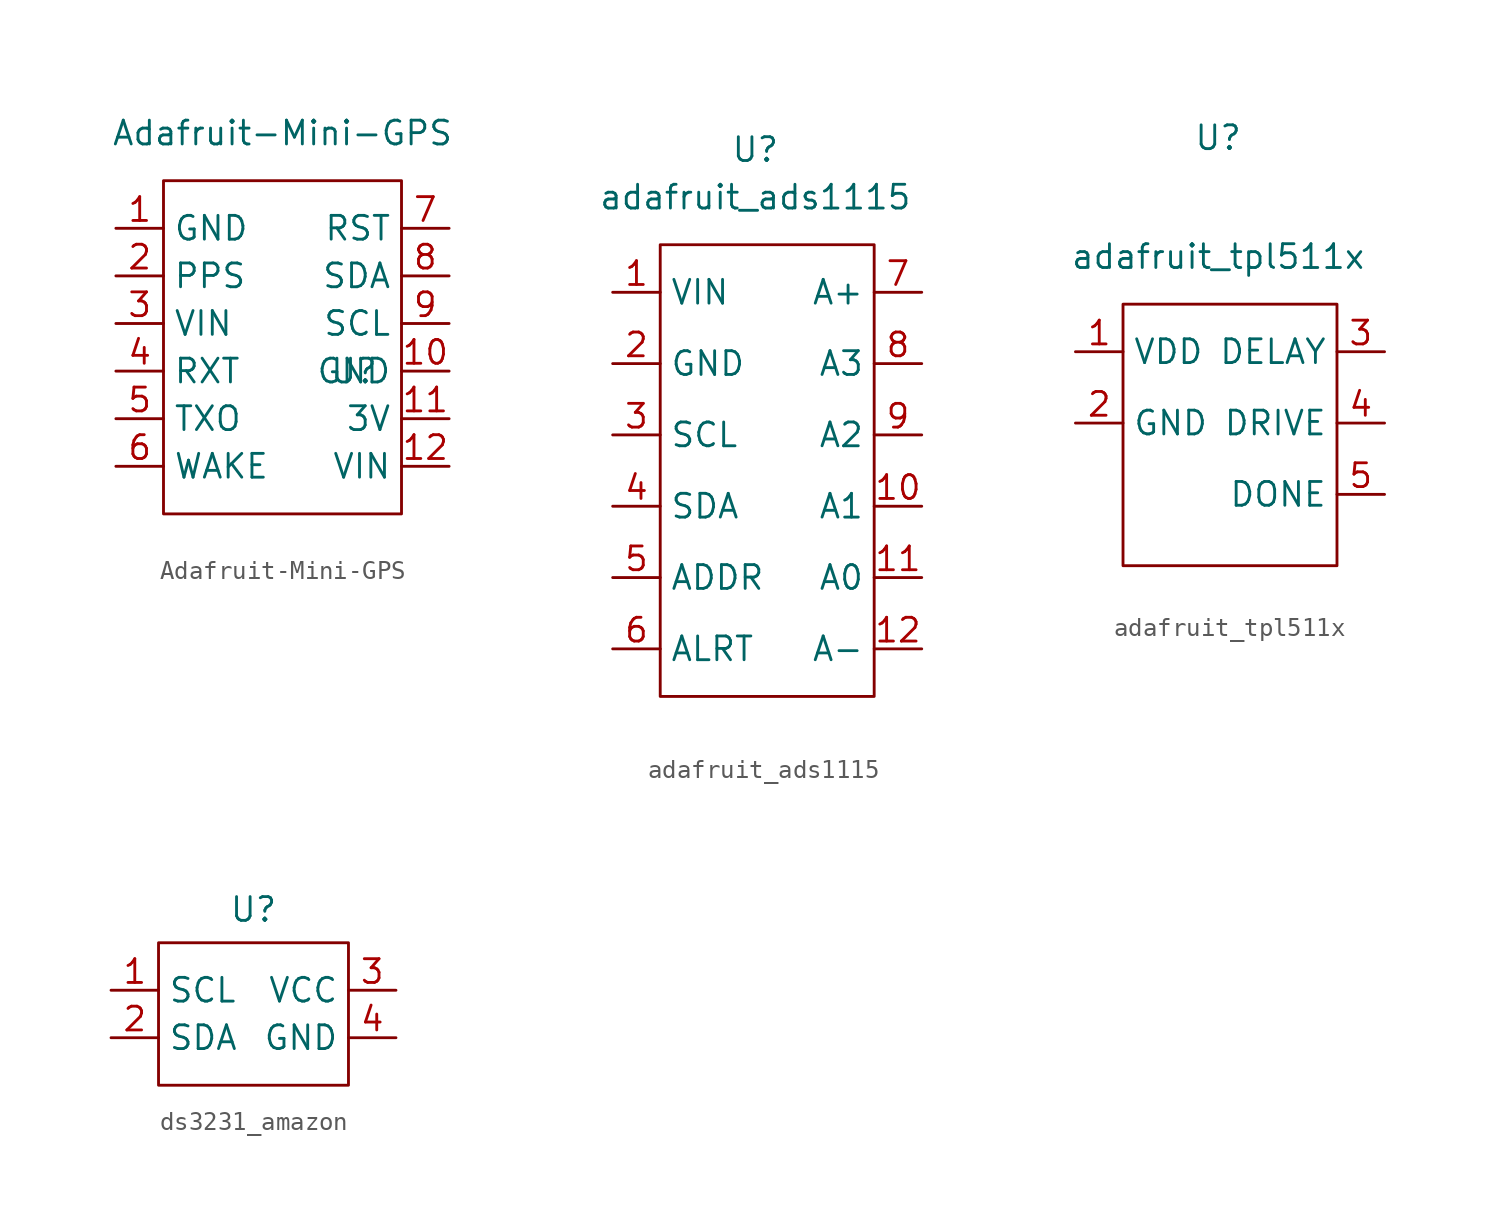
<source format=kicad_sym>
(kicad_symbol_lib
  (version 20231120)
  (generator "kicad_symbol_editor")
  (generator_version "8.0")
  (symbol "Adafruit-Mini-GPS"
    (property "Reference" "U"
      (at 0 0 0)
      (effects (font (size 1.27 1.27))))
    (property "Value" "Adafruit-Mini-GPS"
      (at -3.81 12.7 0)
      (effects (font (size 1.27 1.27))))
    (symbol "Adafruit-Mini-GPS_0_1"
      (rectangle (start -10.16 10.16) (end 2.54 -7.62) (stroke (width 0) (type default)) (fill (type none))))
    (symbol "Adafruit-Mini-GPS_1_1"
      (pin input line (at -12.7 7.62 0) (length 2.54) (name "GND" (effects (font (size 1.27 1.27)))) (number "1" (effects (font (size 1.27 1.27)))))
      (pin input line (at 5.08 0 180) (length 2.54) (name "GND" (effects (font (size 1.27 1.27)))) (number "10" (effects (font (size 1.27 1.27)))))
      (pin input line (at 5.08 -2.54 180) (length 2.54) (name "3V" (effects (font (size 1.27 1.27)))) (number "11" (effects (font (size 1.27 1.27)))))
      (pin input line (at 5.08 -5.08 180) (length 2.54) (name "VIN" (effects (font (size 1.27 1.27)))) (number "12" (effects (font (size 1.27 1.27)))))
      (pin input line (at -12.7 5.08 0) (length 2.54) (name "PPS" (effects (font (size 1.27 1.27)))) (number "2" (effects (font (size 1.27 1.27)))))
      (pin input line (at -12.7 2.54 0) (length 2.54) (name "VIN" (effects (font (size 1.27 1.27)))) (number "3" (effects (font (size 1.27 1.27)))))
      (pin input line (at -12.7 0 0) (length 2.54) (name "RXT" (effects (font (size 1.27 1.27)))) (number "4" (effects (font (size 1.27 1.27)))))
      (pin input line (at -12.7 -2.54 0) (length 2.54) (name "TXO" (effects (font (size 1.27 1.27)))) (number "5" (effects (font (size 1.27 1.27)))))
      (pin input line (at -12.7 -5.08 0) (length 2.54) (name "WAKE" (effects (font (size 1.27 1.27)))) (number "6" (effects (font (size 1.27 1.27)))))
      (pin input line (at 5.08 7.62 180) (length 2.54) (name "RST" (effects (font (size 1.27 1.27)))) (number "7" (effects (font (size 1.27 1.27)))))
      (pin input line (at 5.08 5.08 180) (length 2.54) (name "SDA" (effects (font (size 1.27 1.27)))) (number "8" (effects (font (size 1.27 1.27)))))
      (pin input line (at 5.08 2.54 180) (length 2.54) (name "SCL" (effects (font (size 1.27 1.27)))) (number "9" (effects (font (size 1.27 1.27)))))))
  (symbol "adafruit_ads1115"
    (property "Reference" "U"
      (at -1.27 13.97 0)
      (effects (font (size 1.27 1.27))))
    (property "Value" "adafruit_ads1115"
      (at -1.27 11.43 0)
      (effects (font (size 1.27 1.27))))
    (symbol "adafruit_ads1115_0_1"
      (rectangle (start -6.35 8.89) (end 5.08 -15.24) (stroke (width 0) (type default)) (fill (type none))))
    (symbol "adafruit_ads1115_1_1"
      (pin input line (at -8.89 6.35 0) (length 2.54) (name "VIN" (effects (font (size 1.27 1.27)))) (number "1" (effects (font (size 1.27 1.27)))))
      (pin input line (at 7.62 -5.08 180) (length 2.54) (name "A1" (effects (font (size 1.27 1.27)))) (number "10" (effects (font (size 1.27 1.27)))))
      (pin input line (at 7.62 -8.89 180) (length 2.54) (name "A0" (effects (font (size 1.27 1.27)))) (number "11" (effects (font (size 1.27 1.27)))))
      (pin input line (at 7.62 -12.7 180) (length 2.54) (name "A-" (effects (font (size 1.27 1.27)))) (number "12" (effects (font (size 1.27 1.27)))))
      (pin input line (at -8.89 2.54 0) (length 2.54) (name "GND" (effects (font (size 1.27 1.27)))) (number "2" (effects (font (size 1.27 1.27)))))
      (pin input line (at -8.89 -1.27 0) (length 2.54) (name "SCL" (effects (font (size 1.27 1.27)))) (number "3" (effects (font (size 1.27 1.27)))))
      (pin input line (at -8.89 -5.08 0) (length 2.54) (name "SDA" (effects (font (size 1.27 1.27)))) (number "4" (effects (font (size 1.27 1.27)))))
      (pin input line (at -8.89 -8.89 0) (length 2.54) (name "ADDR" (effects (font (size 1.27 1.27)))) (number "5" (effects (font (size 1.27 1.27)))))
      (pin input line (at -8.89 -12.7 0) (length 2.54) (name "ALRT" (effects (font (size 1.27 1.27)))) (number "6" (effects (font (size 1.27 1.27)))))
      (pin input line (at 7.62 6.35 180) (length 2.54) (name "A+" (effects (font (size 1.27 1.27)))) (number "7" (effects (font (size 1.27 1.27)))))
      (pin input line (at 7.62 2.54 180) (length 2.54) (name "A3" (effects (font (size 1.27 1.27)))) (number "8" (effects (font (size 1.27 1.27)))))
      (pin input line (at 7.62 -1.27 180) (length 2.54) (name "A2" (effects (font (size 1.27 1.27)))) (number "9" (effects (font (size 1.27 1.27)))))))
  (symbol "adafruit_tpl511x"
    (property "Reference" "U"
      (at 0 10.16 0)
      (effects (font (size 1.27 1.27))))
    (property "Value" "adafruit_tpl511x"
      (at 0 3.81 0)
      (effects (font (size 1.27 1.27))))
    (symbol "adafruit_tpl511x_0_1"
      (rectangle (start -5.08 1.27) (end 6.35 -12.7) (stroke (width 0) (type default)) (fill (type none))))
    (symbol "adafruit_tpl511x_1_1"
      (pin input line (at -7.62 -1.27 0) (length 2.54) (name "VDD" (effects (font (size 1.27 1.27)))) (number "1" (effects (font (size 1.27 1.27)))))
      (pin input line (at -7.62 -5.08 0) (length 2.54) (name "GND" (effects (font (size 1.27 1.27)))) (number "2" (effects (font (size 1.27 1.27)))))
      (pin input line (at 8.89 -1.27 180) (length 2.54) (name "DELAY" (effects (font (size 1.27 1.27)))) (number "3" (effects (font (size 1.27 1.27)))))
      (pin input line (at 8.89 -5.08 180) (length 2.54) (name "DRIVE" (effects (font (size 1.27 1.27)))) (number "4" (effects (font (size 1.27 1.27)))))
      (pin input line (at 8.89 -8.89 180) (length 2.54) (name "DONE" (effects (font (size 1.27 1.27)))) (number "5" (effects (font (size 1.27 1.27)))))))
  (symbol "ds3231_amazon"
    (property "Reference" "U"
      (at 0 4.318 0)
      (effects (font (size 1.27 1.27))))
    (property "Value" ""
      (at 1.27 0 0)
      (effects (font (size 1.27 1.27))))
    (symbol "ds3231_amazon_0_1"
      (rectangle (start -5.08 2.54) (end 5.08 -5.08) (stroke (width 0) (type default)) (fill (type none))))
    (symbol "ds3231_amazon_1_1"
      (pin input line (at -7.62 0 0) (length 2.54) (name "SCL" (effects (font (size 1.27 1.27)))) (number "1" (effects (font (size 1.27 1.27)))))
      (pin input line (at -7.62 -2.54 0) (length 2.54) (name "SDA" (effects (font (size 1.27 1.27)))) (number "2" (effects (font (size 1.27 1.27)))))
      (pin input line (at 7.62 0 180) (length 2.54) (name "VCC" (effects (font (size 1.27 1.27)))) (number "3" (effects (font (size 1.27 1.27)))))
      (pin input line (at 7.62 -2.54 180) (length 2.54) (name "GND" (effects (font (size 1.27 1.27)))) (number "4" (effects (font (size 1.27 1.27))))))))
</source>
